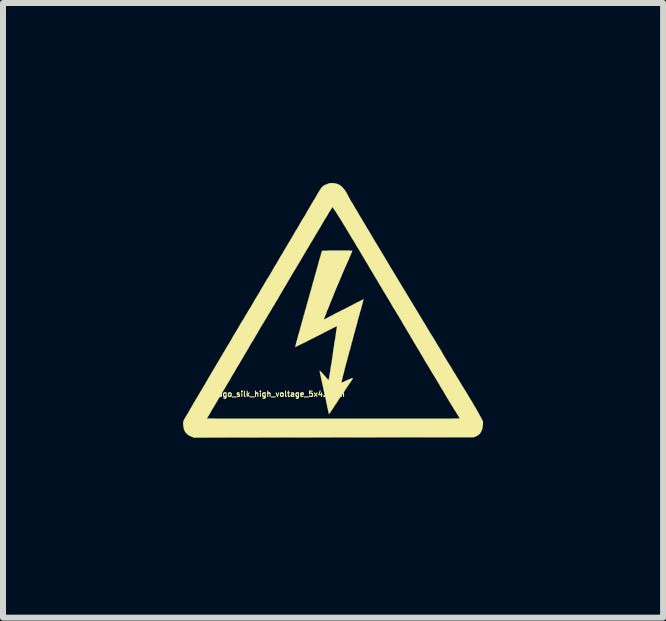
<source format=kicad_pcb>
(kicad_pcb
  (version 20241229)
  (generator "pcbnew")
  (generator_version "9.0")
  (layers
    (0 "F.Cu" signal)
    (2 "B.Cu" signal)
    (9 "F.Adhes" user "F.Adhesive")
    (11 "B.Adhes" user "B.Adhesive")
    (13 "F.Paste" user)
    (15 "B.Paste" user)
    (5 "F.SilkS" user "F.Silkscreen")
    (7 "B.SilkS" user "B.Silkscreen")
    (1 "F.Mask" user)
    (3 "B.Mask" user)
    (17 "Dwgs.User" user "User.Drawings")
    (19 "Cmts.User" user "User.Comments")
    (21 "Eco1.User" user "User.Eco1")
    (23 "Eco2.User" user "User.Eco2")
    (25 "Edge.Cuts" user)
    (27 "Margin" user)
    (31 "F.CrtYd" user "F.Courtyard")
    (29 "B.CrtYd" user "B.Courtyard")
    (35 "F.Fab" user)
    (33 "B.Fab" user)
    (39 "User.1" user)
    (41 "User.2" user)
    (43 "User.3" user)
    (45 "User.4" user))
  (footprint "Logo_silk_high_voltage_5x4.2mm"
    (layer "F.Cu")
    (at 2.501 2.117)
    (property "Reference" "Logo_silk_high_voltage_5x4.2mm" (at -0.9 1.4 0) (layer "F.SilkS") (effects (font (size 0.089 0.089) (thickness 0.018))))
    (attr exclude_from_pos_files exclude_from_bom)
    (fp_poly (pts (xy 0.508 -0.178) (xy 0.505 -0.173) (xy 0.503 -0.16) (xy 0.498 -0.142) (xy 0.493 -0.119) (xy 0.493 -0.114) (xy 0.483 -0.084) (xy 0.475 -0.051) (xy 0.465 -0.013) (xy 0.455 0.018) (xy 0.455 0.02) (xy 0.447 0.043) (xy 0.442 0.066) (xy 0.437 0.086) (xy 0.429 0.109) (xy 0.422 0.135) (xy 0.414 0.165) (xy 0.406 0.201) (xy 0.394 0.241) (xy 0.381 0.292) (xy 0.378 0.295) (xy 0.366 0.348) (xy 0.353 0.391) (xy 0.343 0.429) (xy 0.335 0.46) (xy 0.328 0.49) (xy 0.32 0.516) (xy 0.312 0.541) (xy 0.305 0.566) (xy 0.305 0.572) (xy 0.297 0.602) (xy 0.29 0.63) (xy 0.282 0.658) (xy 0.277 0.678) (xy 0.274 0.683) (xy 0.254 0.757) (xy 0.236 0.828) (xy 0.218 0.894) (xy 0.201 0.955) (xy 0.188 1.011) (xy 0.175 1.062) (xy 0.163 1.105) (xy 0.155 1.143) (xy 0.147 1.173) (xy 0.142 1.194) (xy 0.142 1.206) (xy 0.142 1.209) (xy 0.147 1.209) (xy 0.16 1.204) (xy 0.18 1.194) (xy 0.203 1.184) (xy 0.226 1.173) (xy 0.259 1.158) (xy 0.284 1.148) (xy 0.302 1.14) (xy 0.315 1.135) (xy 0.325 1.135) (xy 0.328 1.135) (xy 0.33 1.135) (xy 0.33 1.138) (xy 0.328 1.14) (xy 0.325 1.146) (xy 0.32 1.153) (xy 0.315 1.166) (xy 0.305 1.181) (xy 0.29 1.201) (xy 0.272 1.229) (xy 0.251 1.26) (xy 0.224 1.3) (xy 0.193 1.346) (xy 0.188 1.356) (xy 0.16 1.397) (xy 0.13 1.44) (xy 0.099 1.486) (xy 0.071 1.529) (xy 0.046 1.567) (xy 0.02 1.603) (xy 0.015 1.613) (xy -0.008 1.648) (xy -0.025 1.676) (xy -0.041 1.697) (xy -0.051 1.712) (xy -0.058 1.722) (xy -0.064 1.727) (xy -0.069 1.73) (xy -0.071 1.727) (xy -0.074 1.72) (xy -0.076 1.704) (xy -0.081 1.684) (xy -0.086 1.659) (xy -0.089 1.641) (xy -0.097 1.615) (xy -0.102 1.582) (xy -0.112 1.542) (xy -0.119 1.499) (xy -0.13 1.453) (xy -0.14 1.407) (xy -0.145 1.389) (xy -0.155 1.341) (xy -0.165 1.293) (xy -0.175 1.245) (xy -0.185 1.201) (xy -0.193 1.161) (xy -0.201 1.128) (xy -0.206 1.102) (xy -0.208 1.097) (xy -0.213 1.069) (xy -0.218 1.046) (xy -0.221 1.026) (xy -0.224 1.016) (xy -0.224 1.013) (xy -0.218 1.013) (xy -0.213 1.016) (xy -0.203 1.026) (xy -0.191 1.041) (xy -0.17 1.062) (xy -0.147 1.087) (xy -0.122 1.118) (xy -0.104 1.138) (xy -0.089 1.153) (xy -0.081 1.161) (xy -0.074 1.166) (xy -0.071 1.166) (xy -0.071 1.161) (xy -0.069 1.146) (xy -0.066 1.125) (xy -0.061 1.1) (xy -0.056 1.069) (xy -0.056 1.062) (xy -0.048 1.024) (xy -0.043 0.98) (xy -0.036 0.94) (xy -0.03 0.904) (xy -0.025 0.879) (xy -0.02 0.846) (xy -0.015 0.805) (xy -0.008 0.765) (xy -0.003 0.724) (xy 0 0.704) (xy 0.005 0.663) (xy 0.013 0.62) (xy 0.018 0.574) (xy 0.025 0.531) (xy 0.028 0.513) (xy 0.036 0.475) (xy 0.041 0.437) (xy 0.046 0.399) (xy 0.051 0.366) (xy 0.053 0.348) (xy 0.058 0.323) (xy 0.061 0.3) (xy 0.064 0.284) (xy 0.066 0.277) (xy 0.066 0.274) (xy 0.066 0.272) (xy 0.061 0.272) (xy 0.056 0.274) (xy 0.043 0.279) (xy 0.025 0.287) (xy 0.003 0.297) (xy -0.025 0.312) (xy -0.064 0.333) (xy -0.086 0.343) (xy -0.178 0.391) (xy -0.262 0.434) (xy -0.338 0.472) (xy -0.404 0.505) (xy -0.462 0.536) (xy -0.511 0.559) (xy -0.551 0.579) (xy -0.584 0.594) (xy -0.607 0.607) (xy -0.622 0.612) (xy -0.63 0.615) (xy -0.63 0.607) (xy -0.625 0.592) (xy -0.62 0.569) (xy -0.612 0.538) (xy -0.602 0.505) (xy -0.592 0.467) (xy -0.582 0.427) (xy -0.569 0.384) (xy -0.559 0.351) (xy -0.551 0.318) (xy -0.541 0.284) (xy -0.533 0.254) (xy -0.526 0.229) (xy -0.523 0.213) (xy -0.516 0.193) (xy -0.508 0.165) (xy -0.5 0.135) (xy -0.493 0.107) (xy -0.483 0.074) (xy -0.472 0.038) (xy -0.465 0.005) (xy -0.457 -0.015) (xy -0.45 -0.041) (xy -0.442 -0.074) (xy -0.432 -0.109) (xy -0.422 -0.145) (xy -0.414 -0.17) (xy -0.406 -0.201) (xy -0.396 -0.234) (xy -0.389 -0.264) (xy -0.381 -0.29) (xy -0.376 -0.305) (xy -0.373 -0.318) (xy -0.366 -0.34) (xy -0.358 -0.371) (xy -0.348 -0.406) (xy -0.338 -0.445) (xy -0.325 -0.488) (xy -0.312 -0.533) (xy -0.307 -0.554) (xy -0.292 -0.605) (xy -0.279 -0.655) (xy -0.264 -0.706) (xy -0.251 -0.754) (xy -0.239 -0.798) (xy -0.229 -0.838) (xy -0.218 -0.869) (xy -0.218 -0.874) (xy -0.208 -0.904) (xy -0.201 -0.932) (xy -0.193 -0.958) (xy -0.188 -0.975) (xy -0.183 -0.986) (xy -0.175 -0.988) (xy -0.163 -0.988) (xy -0.14 -0.988) (xy -0.109 -0.988) (xy -0.076 -0.991) (xy -0.038 -0.991) (xy 0 -0.991) (xy 0.043 -0.991) (xy 0.086 -0.991) (xy 0.132 -0.991) (xy 0.173 -0.991) (xy 0.211 -0.991) (xy 0.246 -0.991) (xy 0.274 -0.991) (xy 0.297 -0.988) (xy 0.312 -0.988) (xy 0.32 -0.988) (xy 0.32 -0.983) (xy 0.315 -0.97) (xy 0.307 -0.953) (xy 0.3 -0.935) (xy 0.251 -0.82) (xy 0.201 -0.709) (xy 0.155 -0.602) (xy 0.112 -0.498) (xy 0.069 -0.399) (xy 0.03 -0.307) (xy -0.003 -0.221) (xy -0.036 -0.142) (xy -0.064 -0.071) (xy -0.089 -0.008) (xy -0.097 0.005) (xy -0.109 0.038) (xy -0.119 0.069) (xy -0.13 0.094) (xy -0.137 0.114) (xy -0.145 0.13) (xy -0.145 0.132) (xy -0.15 0.145) (xy -0.152 0.155) (xy -0.152 0.157) (xy -0.147 0.155) (xy -0.135 0.15) (xy -0.114 0.14) (xy -0.086 0.124) (xy -0.051 0.107) (xy -0.01 0.086) (xy 0.033 0.061) (xy 0.084 0.036) (xy 0.14 0.008) (xy 0.201 -0.023) (xy 0.211 -0.028) (xy 0.259 -0.053) (xy 0.305 -0.076) (xy 0.348 -0.099) (xy 0.386 -0.119) (xy 0.422 -0.137) (xy 0.452 -0.152) (xy 0.478 -0.165) (xy 0.495 -0.173) (xy 0.505 -0.178) (xy 0.508 -0.178)) (stroke (width 0.003) (type solid)) (fill yes) (layer "F.SilkS"))
    (fp_poly (pts (xy 2.499 1.859) (xy 2.497 1.91) (xy 2.492 1.958) (xy 2.479 2.004) (xy 2.459 2.042) (xy 2.449 2.057) (xy 2.436 2.07) (xy 2.423 2.083) (xy 2.405 2.093) (xy 2.388 2.103) (xy 2.344 2.121) (xy 2.111 2.121) (xy 2.111 1.803) (xy 2.106 1.796) (xy 2.098 1.783) (xy 2.088 1.765) (xy 2.073 1.742) (xy 2.065 1.73) (xy 2.055 1.714) (xy 2.05 1.704) (xy 2.042 1.692) (xy 2.035 1.681) (xy 2.027 1.671) (xy 2.019 1.659) (xy 2.012 1.646) (xy 2.002 1.628) (xy 1.989 1.608) (xy 1.976 1.585) (xy 1.958 1.557) (xy 1.938 1.524) (xy 1.915 1.486) (xy 1.887 1.44) (xy 1.857 1.387) (xy 1.824 1.331) (xy 1.793 1.283) (xy 1.768 1.237) (xy 1.742 1.196) (xy 1.72 1.158) (xy 1.699 1.123) (xy 1.681 1.095) (xy 1.669 1.074) (xy 1.659 1.059) (xy 1.654 1.052) (xy 1.648 1.041) (xy 1.638 1.024) (xy 1.626 1.003) (xy 1.61 0.975) (xy 1.593 0.947) (xy 1.585 0.932) (xy 1.562 0.897) (xy 1.539 0.859) (xy 1.514 0.818) (xy 1.494 0.78) (xy 1.473 0.747) (xy 1.473 0.744) (xy 1.453 0.714) (xy 1.435 0.681) (xy 1.417 0.65) (xy 1.4 0.625) (xy 1.389 0.605) (xy 1.377 0.584) (xy 1.359 0.556) (xy 1.341 0.526) (xy 1.323 0.493) (xy 1.303 0.46) (xy 1.283 0.424) (xy 1.26 0.386) (xy 1.234 0.343) (xy 1.209 0.302) (xy 1.189 0.267) (xy 1.168 0.234) (xy 1.146 0.193) (xy 1.12 0.15) (xy 1.095 0.107) (xy 1.069 0.066) (xy 1.059 0.048) (xy 1.036 0.01) (xy 1.011 -0.028) (xy 0.986 -0.071) (xy 0.963 -0.112) (xy 0.94 -0.15) (xy 0.932 -0.165) (xy 0.914 -0.193) (xy 0.897 -0.221) (xy 0.884 -0.244) (xy 0.871 -0.264) (xy 0.864 -0.277) (xy 0.864 -0.279) (xy 0.856 -0.29) (xy 0.846 -0.307) (xy 0.833 -0.328) (xy 0.818 -0.353) (xy 0.808 -0.371) (xy 0.792 -0.399) (xy 0.777 -0.422) (xy 0.765 -0.442) (xy 0.757 -0.457) (xy 0.752 -0.465) (xy 0.747 -0.475) (xy 0.737 -0.49) (xy 0.724 -0.513) (xy 0.709 -0.538) (xy 0.691 -0.566) (xy 0.683 -0.579) (xy 0.663 -0.615) (xy 0.638 -0.655) (xy 0.612 -0.699) (xy 0.587 -0.742) (xy 0.566 -0.78) (xy 0.564 -0.78) (xy 0.546 -0.81) (xy 0.528 -0.841) (xy 0.513 -0.866) (xy 0.5 -0.889) (xy 0.49 -0.904) (xy 0.488 -0.909) (xy 0.478 -0.925) (xy 0.465 -0.947) (xy 0.447 -0.978) (xy 0.427 -1.013) (xy 0.401 -1.052) (xy 0.376 -1.097) (xy 0.348 -1.143) (xy 0.318 -1.191) (xy 0.287 -1.242) (xy 0.259 -1.29) (xy 0.229 -1.339) (xy 0.201 -1.387) (xy 0.173 -1.43) (xy 0.15 -1.471) (xy 0.127 -1.506) (xy 0.109 -1.537) (xy 0.107 -1.539) (xy 0.086 -1.572) (xy 0.066 -1.603) (xy 0.048 -1.633) (xy 0.03 -1.659) (xy 0.013 -1.681) (xy 0.003 -1.699) (xy -0.005 -1.712) (xy -0.01 -1.717) (xy -0.013 -1.712) (xy -0.02 -1.699) (xy -0.033 -1.681) (xy -0.051 -1.654) (xy -0.071 -1.621) (xy -0.094 -1.58) (xy -0.122 -1.534) (xy -0.152 -1.486) (xy -0.185 -1.43) (xy -0.218 -1.372) (xy -0.257 -1.308) (xy -0.295 -1.245) (xy -0.335 -1.176) (xy -0.356 -1.14) (xy -0.363 -1.13) (xy -0.376 -1.11) (xy -0.389 -1.087) (xy -0.406 -1.057) (xy -0.424 -1.026) (xy -0.445 -0.993) (xy -0.528 -0.851) (xy -0.61 -0.714) (xy -0.688 -0.584) (xy -0.762 -0.457) (xy -0.836 -0.333) (xy -0.907 -0.211) (xy -0.927 -0.175) (xy -0.947 -0.145) (xy -0.965 -0.114) (xy -0.98 -0.086) (xy -0.996 -0.064) (xy -1.006 -0.046) (xy -1.008 -0.041) (xy -1.016 -0.028) (xy -1.029 -0.005) (xy -1.044 0.018) (xy -1.062 0.048) (xy -1.082 0.081) (xy -1.095 0.104) (xy -1.115 0.137) (xy -1.133 0.168) (xy -1.151 0.198) (xy -1.166 0.224) (xy -1.179 0.241) (xy -1.184 0.251) (xy -1.194 0.269) (xy -1.209 0.292) (xy -1.224 0.32) (xy -1.24 0.345) (xy -1.242 0.351) (xy -1.265 0.391) (xy -1.29 0.432) (xy -1.313 0.472) (xy -1.336 0.513) (xy -1.359 0.546) (xy -1.374 0.574) (xy -1.382 0.584) (xy -1.394 0.607) (xy -1.407 0.63) (xy -1.417 0.648) (xy -1.42 0.65) (xy -1.425 0.663) (xy -1.438 0.683) (xy -1.455 0.711) (xy -1.476 0.747) (xy -1.501 0.79) (xy -1.532 0.841) (xy -1.565 0.899) (xy -1.603 0.96) (xy -1.643 1.031) (xy -1.689 1.105) (xy -1.689 1.107) (xy -1.712 1.148) (xy -1.737 1.189) (xy -1.763 1.232) (xy -1.786 1.273) (xy -1.808 1.311) (xy -1.821 1.331) (xy -1.841 1.364) (xy -1.859 1.397) (xy -1.88 1.43) (xy -1.895 1.458) (xy -1.91 1.481) (xy -1.913 1.483) (xy -1.925 1.509) (xy -1.941 1.532) (xy -1.951 1.552) (xy -1.961 1.567) (xy -1.981 1.603) (xy -2.002 1.636) (xy -2.022 1.671) (xy -2.04 1.704) (xy -2.057 1.732) (xy -2.073 1.758) (xy -2.085 1.778) (xy -2.093 1.793) (xy -2.098 1.798) (xy -2.103 1.806) (xy -2.103 1.808) (xy -2.098 1.808) (xy -2.083 1.808) (xy -2.06 1.808) (xy -2.027 1.808) (xy -1.984 1.808) (xy -1.933 1.811) (xy -1.877 1.811) (xy -1.811 1.811) (xy -1.737 1.811) (xy -1.656 1.811) (xy -1.57 1.811) (xy -1.476 1.811) (xy -1.377 1.811) (xy -1.27 1.811) (xy -1.158 1.811) (xy -1.044 1.811) (xy -0.922 1.811) (xy -0.798 1.811) (xy -0.668 1.811) (xy -0.536 1.811) (xy -0.399 1.811) (xy -0.259 1.811) (xy -0.114 1.811) (xy 0.005 1.811) (xy 0.178 1.811) (xy 0.343 1.811) (xy 0.495 1.811) (xy 0.64 1.811) (xy 0.777 1.811) (xy 0.904 1.811) (xy 1.024 1.811) (xy 1.135 1.811) (xy 1.24 1.811) (xy 1.336 1.811) (xy 1.425 1.811) (xy 1.506 1.811) (xy 1.582 1.811) (xy 1.651 1.811) (xy 1.712 1.811) (xy 1.77 1.811) (xy 1.821 1.811) (xy 1.867 1.811) (xy 1.908 1.811) (xy 1.943 1.811) (xy 1.976 1.811) (xy 2.004 1.808) (xy 2.027 1.808) (xy 2.047 1.808) (xy 2.062 1.808) (xy 2.078 1.808) (xy 2.088 1.808) (xy 2.095 1.806) (xy 2.103 1.806) (xy 2.106 1.806) (xy 2.108 1.806) (xy 2.111 1.803) (xy 2.111 2.121) (xy 0.01 2.123) (xy -2.322 2.126) (xy -2.365 2.108) (xy -2.408 2.088) (xy -2.441 2.06) (xy -2.466 2.029) (xy -2.484 1.991) (xy -2.494 1.946) (xy -2.499 1.9) (xy -2.499 1.885) (xy -2.497 1.875) (xy -2.497 1.864) (xy -2.494 1.852) (xy -2.489 1.839) (xy -2.482 1.824) (xy -2.469 1.803) (xy -2.456 1.778) (xy -2.436 1.748) (xy -2.426 1.73) (xy -2.41 1.702) (xy -2.393 1.674) (xy -2.38 1.648) (xy -2.367 1.631) (xy -2.36 1.618) (xy -2.352 1.6) (xy -2.337 1.577) (xy -2.322 1.549) (xy -2.304 1.519) (xy -2.283 1.483) (xy -2.263 1.45) (xy -2.243 1.417) (xy -2.24 1.412) (xy -2.228 1.392) (xy -2.215 1.369) (xy -2.197 1.341) (xy -2.179 1.311) (xy -2.162 1.28) (xy -2.141 1.247) (xy -2.118 1.206) (xy -2.095 1.166) (xy -2.073 1.128) (xy -2.057 1.102) (xy -2.04 1.072) (xy -2.019 1.036) (xy -1.999 1.003) (xy -1.981 0.973) (xy -1.968 0.95) (xy -1.953 0.925) (xy -1.935 0.894) (xy -1.915 0.861) (xy -1.895 0.828) (xy -1.877 0.795) (xy -1.857 0.765) (xy -1.839 0.732) (xy -1.819 0.699) (xy -1.803 0.673) (xy -1.791 0.65) (xy -1.783 0.638) (xy -1.775 0.625) (xy -1.765 0.607) (xy -1.755 0.589) (xy -1.74 0.569) (xy -1.725 0.541) (xy -1.707 0.511) (xy -1.687 0.478) (xy -1.664 0.434) (xy -1.636 0.389) (xy -1.603 0.335) (xy -1.567 0.274) (xy -1.527 0.203) (xy -1.524 0.201) (xy -1.501 0.163) (xy -1.478 0.127) (xy -1.458 0.089) (xy -1.438 0.058) (xy -1.422 0.03) (xy -1.41 0.008) (xy -1.405 0) (xy -1.394 -0.015) (xy -1.379 -0.038) (xy -1.361 -0.069) (xy -1.341 -0.104) (xy -1.321 -0.14) (xy -1.298 -0.18) (xy -1.278 -0.213) (xy -1.234 -0.284) (xy -1.196 -0.351) (xy -1.158 -0.414) (xy -1.123 -0.475) (xy -1.09 -0.528) (xy -1.059 -0.579) (xy -1.034 -0.622) (xy -1.013 -0.655) (xy -1.003 -0.676) (xy -0.993 -0.691) (xy -0.98 -0.716) (xy -0.963 -0.744) (xy -0.94 -0.78) (xy -0.917 -0.82) (xy -0.894 -0.861) (xy -0.869 -0.904) (xy -0.848 -0.935) (xy -0.823 -0.98) (xy -0.795 -1.026) (xy -0.77 -1.069) (xy -0.744 -1.113) (xy -0.721 -1.151) (xy -0.701 -1.184) (xy -0.686 -1.212) (xy -0.678 -1.224) (xy -0.66 -1.255) (xy -0.64 -1.29) (xy -0.62 -1.326) (xy -0.599 -1.356) (xy -0.589 -1.374) (xy -0.574 -1.4) (xy -0.556 -1.433) (xy -0.536 -1.466) (xy -0.516 -1.501) (xy -0.5 -1.527) (xy -0.462 -1.587) (xy -0.432 -1.643) (xy -0.401 -1.694) (xy -0.376 -1.737) (xy -0.356 -1.773) (xy -0.338 -1.801) (xy -0.328 -1.821) (xy -0.32 -1.831) (xy -0.312 -1.844) (xy -0.3 -1.864) (xy -0.287 -1.887) (xy -0.272 -1.913) (xy -0.269 -1.918) (xy -0.246 -1.958) (xy -0.226 -1.989) (xy -0.211 -2.014) (xy -0.196 -2.035) (xy -0.183 -2.05) (xy -0.17 -2.062) (xy -0.155 -2.073) (xy -0.14 -2.083) (xy -0.122 -2.09) (xy -0.099 -2.098) (xy -0.097 -2.101) (xy -0.074 -2.108) (xy -0.058 -2.113) (xy -0.043 -2.116) (xy -0.028 -2.116) (xy -0.005 -2.116) (xy 0.036 -2.111) (xy 0.074 -2.101) (xy 0.112 -2.083) (xy 0.145 -2.057) (xy 0.175 -2.024) (xy 0.206 -1.984) (xy 0.236 -1.933) (xy 0.251 -1.902) (xy 0.259 -1.89) (xy 0.269 -1.869) (xy 0.284 -1.841) (xy 0.302 -1.811) (xy 0.325 -1.775) (xy 0.348 -1.735) (xy 0.371 -1.694) (xy 0.396 -1.654) (xy 0.422 -1.61) (xy 0.445 -1.57) (xy 0.467 -1.534) (xy 0.475 -1.521) (xy 0.488 -1.499) (xy 0.503 -1.473) (xy 0.521 -1.443) (xy 0.541 -1.41) (xy 0.561 -1.377) (xy 0.561 -1.374) (xy 0.589 -1.331) (xy 0.62 -1.278) (xy 0.655 -1.219) (xy 0.693 -1.153) (xy 0.739 -1.079) (xy 0.787 -0.998) (xy 0.838 -0.914) (xy 0.892 -0.823) (xy 0.95 -0.726) (xy 1.011 -0.625) (xy 1.074 -0.521) (xy 1.14 -0.411) (xy 1.209 -0.297) (xy 1.278 -0.183) (xy 1.349 -0.066) (xy 1.42 0.051) (xy 1.438 0.081) (xy 1.471 0.135) (xy 1.504 0.191) (xy 1.542 0.251) (xy 1.577 0.312) (xy 1.615 0.376) (xy 1.654 0.437) (xy 1.692 0.498) (xy 1.725 0.556) (xy 1.758 0.61) (xy 1.788 0.658) (xy 1.814 0.701) (xy 1.826 0.726) (xy 1.869 0.798) (xy 1.908 0.861) (xy 1.943 0.917) (xy 1.976 0.97) (xy 2.004 1.021) (xy 2.035 1.067) (xy 2.062 1.113) (xy 2.09 1.158) (xy 2.118 1.206) (xy 2.146 1.252) (xy 2.197 1.333) (xy 2.243 1.41) (xy 2.283 1.476) (xy 2.322 1.539) (xy 2.352 1.593) (xy 2.383 1.643) (xy 2.408 1.689) (xy 2.431 1.73) (xy 2.451 1.768) (xy 2.469 1.798) (xy 2.499 1.859)) (stroke (width 0.003) (type solid)) (fill yes) (layer "F.SilkS")))
  (gr_rect
    (start -3 -3)
    (end 8.001 7.244)
    (stroke (width 0.1) (type default))
    (fill no)
    (layer "Edge.Cuts")))
</source>
